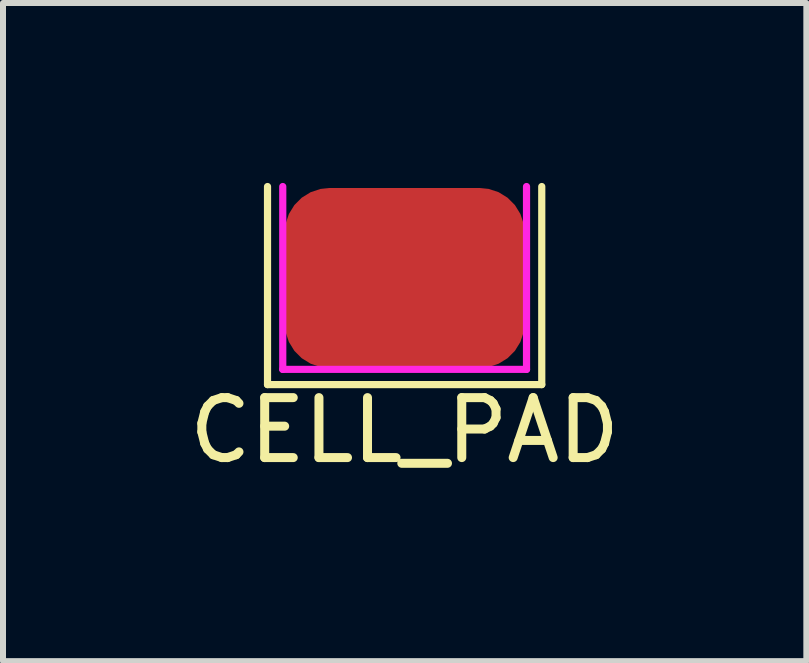
<source format=kicad_pcb>
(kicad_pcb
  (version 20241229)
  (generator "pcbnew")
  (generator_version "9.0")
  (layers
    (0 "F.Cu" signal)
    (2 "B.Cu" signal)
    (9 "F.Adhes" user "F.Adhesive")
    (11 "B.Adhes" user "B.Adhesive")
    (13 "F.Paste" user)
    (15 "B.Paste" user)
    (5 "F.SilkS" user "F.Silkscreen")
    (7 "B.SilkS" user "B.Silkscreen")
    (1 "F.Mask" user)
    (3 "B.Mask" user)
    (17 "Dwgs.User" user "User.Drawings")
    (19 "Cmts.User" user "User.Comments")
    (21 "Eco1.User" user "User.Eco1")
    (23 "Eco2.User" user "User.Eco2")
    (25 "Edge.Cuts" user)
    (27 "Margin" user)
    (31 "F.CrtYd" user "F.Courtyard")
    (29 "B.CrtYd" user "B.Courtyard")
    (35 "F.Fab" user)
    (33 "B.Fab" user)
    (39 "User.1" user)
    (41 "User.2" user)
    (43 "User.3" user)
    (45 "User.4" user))
  (footprint "CELL_PAD"
    (layer "F.Cu")
    (at 3.696 1.584)
    (property "Reference" "CELL_PAD" (at 0 2.54 0) (layer "F.SilkS") (effects (font (size 1 1) (thickness 0.15))))
    (attr through_hole)
    (fp_line (start -2.286 -1.524) (end -2.286 1.778) (stroke (width 0.12) (type solid)) (layer "F.SilkS"))
    (fp_line (start -2.286 1.778) (end 2.286 1.778) (stroke (width 0.12) (type solid)) (layer "F.SilkS"))
    (fp_line (start 2.286 1.778) (end 2.286 -1.524) (stroke (width 0.12) (type solid)) (layer "F.SilkS"))
    (fp_line (start -2.032 -1.524) (end -2.032 1.524) (stroke (width 0.12) (type solid)) (layer "F.CrtYd"))
    (fp_line (start -2.032 1.524) (end 2.032 1.524) (stroke (width 0.12) (type solid)) (layer "F.CrtYd"))
    (fp_line (start 2.032 1.524) (end 2.032 -1.524) (stroke (width 0.12) (type solid)) (layer "F.CrtYd"))
    (pad "1" smd roundrect (at 0 0) (size 4 3) (layers "F.Cu" "F.Mask" "F.Paste") (roundrect_rratio 0.25)))
  (gr_rect
    (start -3 -3)
    (end 10.393 7.972)
    (stroke (width 0.1) (type default))
    (fill no)
    (layer "Edge.Cuts")))
</source>
